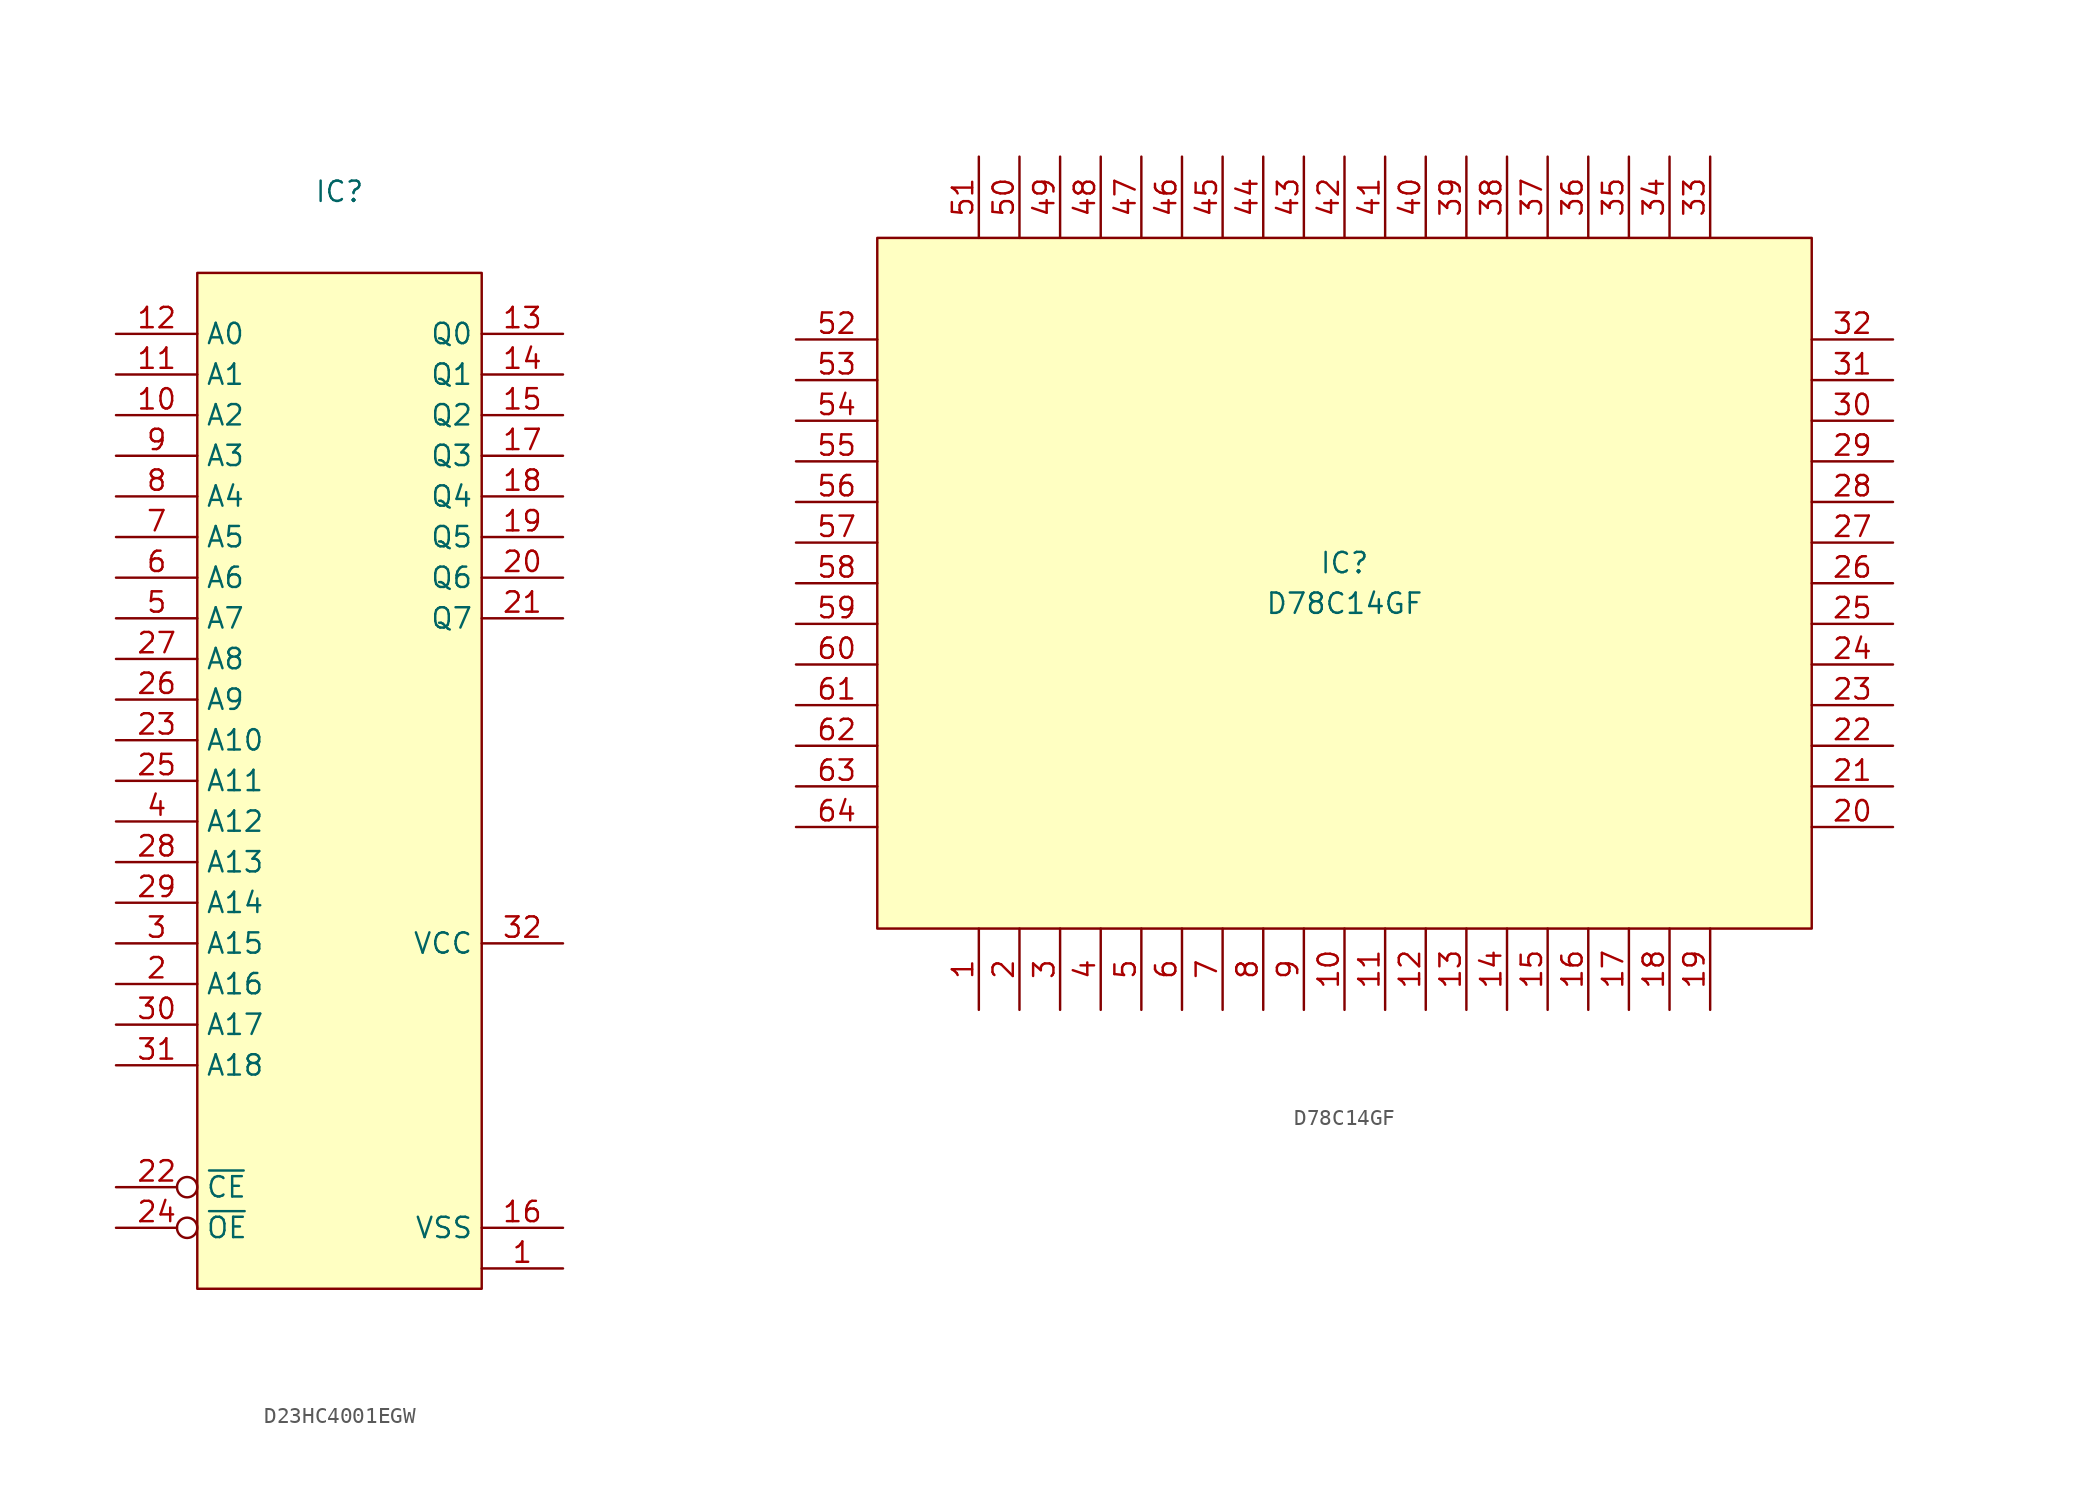
<source format=kicad_sym>
(kicad_symbol_lib
  (version 20220914)
  (generator kicad_symbol_editor)
  (symbol "D23HC4001EGW"
    (property "Reference" "IC"
      (at 0 8.89 0)
      (effects (font (size 1.27 1.27))))
    (property "Value" ""
      (at 0 0 0)
      (effects (font (size 1.27 1.27))))
    (symbol "D23HC4001EGW_1_1"
      (rectangle (start -8.89 3.81) (end 8.89 -59.69) (stroke (width 0) (type default)) (fill (type background)))
      (pin passive line (at 13.97 -58.42 180) (length 5.08) (name "" (effects (font (size 1.27 1.27)))) (number "1" (effects (font (size 1.27 1.27)))))
      (pin input line (at -13.97 -5.08 0) (length 5.08) (name "A2" (effects (font (size 1.27 1.27)))) (number "10" (effects (font (size 1.27 1.27)))))
      (pin input line (at -13.97 -2.54 0) (length 5.08) (name "A1" (effects (font (size 1.27 1.27)))) (number "11" (effects (font (size 1.27 1.27)))))
      (pin input line (at -13.97 0 0) (length 5.08) (name "A0" (effects (font (size 1.27 1.27)))) (number "12" (effects (font (size 1.27 1.27)))))
      (pin bidirectional line (at 13.97 0 180) (length 5.08) (name "Q0" (effects (font (size 1.27 1.27)))) (number "13" (effects (font (size 1.27 1.27)))))
      (pin bidirectional line (at 13.97 -2.54 180) (length 5.08) (name "Q1" (effects (font (size 1.27 1.27)))) (number "14" (effects (font (size 1.27 1.27)))))
      (pin bidirectional line (at 13.97 -5.08 180) (length 5.08) (name "Q2" (effects (font (size 1.27 1.27)))) (number "15" (effects (font (size 1.27 1.27)))))
      (pin power_in line (at 13.97 -55.88 180) (length 5.08) (name "VSS" (effects (font (size 1.27 1.27)))) (number "16" (effects (font (size 1.27 1.27)))))
      (pin bidirectional line (at 13.97 -7.62 180) (length 5.08) (name "Q3" (effects (font (size 1.27 1.27)))) (number "17" (effects (font (size 1.27 1.27)))))
      (pin bidirectional line (at 13.97 -10.16 180) (length 5.08) (name "Q4" (effects (font (size 1.27 1.27)))) (number "18" (effects (font (size 1.27 1.27)))))
      (pin bidirectional line (at 13.97 -12.7 180) (length 5.08) (name "Q5" (effects (font (size 1.27 1.27)))) (number "19" (effects (font (size 1.27 1.27)))))
      (pin input line (at -13.97 -40.64 0) (length 5.08) (name "A16" (effects (font (size 1.27 1.27)))) (number "2" (effects (font (size 1.27 1.27)))))
      (pin bidirectional line (at 13.97 -15.24 180) (length 5.08) (name "Q6" (effects (font (size 1.27 1.27)))) (number "20" (effects (font (size 1.27 1.27)))))
      (pin bidirectional line (at 13.97 -17.78 180) (length 5.08) (name "Q7" (effects (font (size 1.27 1.27)))) (number "21" (effects (font (size 1.27 1.27)))))
      (pin input inverted (at -13.97 -53.34 0) (length 5.08) (name "~{CE}" (effects (font (size 1.27 1.27)))) (number "22" (effects (font (size 1.27 1.27)))))
      (pin input line (at -13.97 -25.4 0) (length 5.08) (name "A10" (effects (font (size 1.27 1.27)))) (number "23" (effects (font (size 1.27 1.27)))))
      (pin input inverted (at -13.97 -55.88 0) (length 5.08) (name "~{OE}" (effects (font (size 1.27 1.27)))) (number "24" (effects (font (size 1.27 1.27)))))
      (pin input line (at -13.97 -27.94 0) (length 5.08) (name "A11" (effects (font (size 1.27 1.27)))) (number "25" (effects (font (size 1.27 1.27)))))
      (pin input line (at -13.97 -22.86 0) (length 5.08) (name "A9" (effects (font (size 1.27 1.27)))) (number "26" (effects (font (size 1.27 1.27)))))
      (pin input line (at -13.97 -20.32 0) (length 5.08) (name "A8" (effects (font (size 1.27 1.27)))) (number "27" (effects (font (size 1.27 1.27)))))
      (pin input line (at -13.97 -33.02 0) (length 5.08) (name "A13" (effects (font (size 1.27 1.27)))) (number "28" (effects (font (size 1.27 1.27)))))
      (pin input line (at -13.97 -35.56 0) (length 5.08) (name "A14" (effects (font (size 1.27 1.27)))) (number "29" (effects (font (size 1.27 1.27)))))
      (pin input line (at -13.97 -38.1 0) (length 5.08) (name "A15" (effects (font (size 1.27 1.27)))) (number "3" (effects (font (size 1.27 1.27)))))
      (pin input line (at -13.97 -43.18 0) (length 5.08) (name "A17" (effects (font (size 1.27 1.27)))) (number "30" (effects (font (size 1.27 1.27)))))
      (pin input line (at -13.97 -45.72 0) (length 5.08) (name "A18" (effects (font (size 1.27 1.27)))) (number "31" (effects (font (size 1.27 1.27)))))
      (pin power_in line (at 13.97 -38.1 180) (length 5.08) (name "VCC" (effects (font (size 1.27 1.27)))) (number "32" (effects (font (size 1.27 1.27)))))
      (pin input line (at -13.97 -30.48 0) (length 5.08) (name "A12" (effects (font (size 1.27 1.27)))) (number "4" (effects (font (size 1.27 1.27)))))
      (pin input line (at -13.97 -17.78 0) (length 5.08) (name "A7" (effects (font (size 1.27 1.27)))) (number "5" (effects (font (size 1.27 1.27)))))
      (pin input line (at -13.97 -15.24 0) (length 5.08) (name "A6" (effects (font (size 1.27 1.27)))) (number "6" (effects (font (size 1.27 1.27)))))
      (pin input line (at -13.97 -12.7 0) (length 5.08) (name "A5" (effects (font (size 1.27 1.27)))) (number "7" (effects (font (size 1.27 1.27)))))
      (pin input line (at -13.97 -10.16 0) (length 5.08) (name "A4" (effects (font (size 1.27 1.27)))) (number "8" (effects (font (size 1.27 1.27)))))
      (pin input line (at -13.97 -7.62 0) (length 5.08) (name "A3" (effects (font (size 1.27 1.27)))) (number "9" (effects (font (size 1.27 1.27)))))))
  (symbol "D78C14GF"
    (property "Reference" "IC"
      (at 0 1.27 0)
      (effects (font (size 1.27 1.27))))
    (property "Value" "D78C14GF"
      (at 0 -1.27 0)
      (effects (font (size 1.27 1.27))))
    (symbol "D78C14GF_1_1"
      (rectangle (start -29.21 21.59) (end 29.21 -21.59) (stroke (width 0) (type default)) (fill (type background)))
      (pin passive line (at -22.86 -26.67 90) (length 5.08) (name "" (effects (font (size 1.27 1.27)))) (number "1" (effects (font (size 1.27 1.27)))))
      (pin passive line (at 0 -26.67 90) (length 5.08) (name "" (effects (font (size 1.27 1.27)))) (number "10" (effects (font (size 1.27 1.27)))))
      (pin passive line (at 2.54 -26.67 90) (length 5.08) (name "" (effects (font (size 1.27 1.27)))) (number "11" (effects (font (size 1.27 1.27)))))
      (pin passive line (at 5.08 -26.67 90) (length 5.08) (name "" (effects (font (size 1.27 1.27)))) (number "12" (effects (font (size 1.27 1.27)))))
      (pin passive line (at 7.62 -26.67 90) (length 5.08) (name "" (effects (font (size 1.27 1.27)))) (number "13" (effects (font (size 1.27 1.27)))))
      (pin passive line (at 10.16 -26.67 90) (length 5.08) (name "" (effects (font (size 1.27 1.27)))) (number "14" (effects (font (size 1.27 1.27)))))
      (pin passive line (at 12.7 -26.67 90) (length 5.08) (name "" (effects (font (size 1.27 1.27)))) (number "15" (effects (font (size 1.27 1.27)))))
      (pin passive line (at 15.24 -26.67 90) (length 5.08) (name "" (effects (font (size 1.27 1.27)))) (number "16" (effects (font (size 1.27 1.27)))))
      (pin passive line (at 17.78 -26.67 90) (length 5.08) (name "" (effects (font (size 1.27 1.27)))) (number "17" (effects (font (size 1.27 1.27)))))
      (pin passive line (at 20.32 -26.67 90) (length 5.08) (name "" (effects (font (size 1.27 1.27)))) (number "18" (effects (font (size 1.27 1.27)))))
      (pin passive line (at 22.86 -26.67 90) (length 5.08) (name "" (effects (font (size 1.27 1.27)))) (number "19" (effects (font (size 1.27 1.27)))))
      (pin passive line (at -20.32 -26.67 90) (length 5.08) (name "" (effects (font (size 1.27 1.27)))) (number "2" (effects (font (size 1.27 1.27)))))
      (pin passive line (at 34.29 -15.24 180) (length 5.08) (name "" (effects (font (size 1.27 1.27)))) (number "20" (effects (font (size 1.27 1.27)))))
      (pin passive line (at 34.29 -12.7 180) (length 5.08) (name "" (effects (font (size 1.27 1.27)))) (number "21" (effects (font (size 1.27 1.27)))))
      (pin passive line (at 34.29 -10.16 180) (length 5.08) (name "" (effects (font (size 1.27 1.27)))) (number "22" (effects (font (size 1.27 1.27)))))
      (pin passive line (at 34.29 -7.62 180) (length 5.08) (name "" (effects (font (size 1.27 1.27)))) (number "23" (effects (font (size 1.27 1.27)))))
      (pin passive line (at 34.29 -5.08 180) (length 5.08) (name "" (effects (font (size 1.27 1.27)))) (number "24" (effects (font (size 1.27 1.27)))))
      (pin passive line (at 34.29 -2.54 180) (length 5.08) (name "" (effects (font (size 1.27 1.27)))) (number "25" (effects (font (size 1.27 1.27)))))
      (pin passive line (at 34.29 0 180) (length 5.08) (name "" (effects (font (size 1.27 1.27)))) (number "26" (effects (font (size 1.27 1.27)))))
      (pin passive line (at 34.29 2.54 180) (length 5.08) (name "" (effects (font (size 1.27 1.27)))) (number "27" (effects (font (size 1.27 1.27)))))
      (pin passive line (at 34.29 5.08 180) (length 5.08) (name "" (effects (font (size 1.27 1.27)))) (number "28" (effects (font (size 1.27 1.27)))))
      (pin passive line (at 34.29 7.62 180) (length 5.08) (name "" (effects (font (size 1.27 1.27)))) (number "29" (effects (font (size 1.27 1.27)))))
      (pin passive line (at -17.78 -26.67 90) (length 5.08) (name "" (effects (font (size 1.27 1.27)))) (number "3" (effects (font (size 1.27 1.27)))))
      (pin passive line (at 34.29 10.16 180) (length 5.08) (name "" (effects (font (size 1.27 1.27)))) (number "30" (effects (font (size 1.27 1.27)))))
      (pin passive line (at 34.29 12.7 180) (length 5.08) (name "" (effects (font (size 1.27 1.27)))) (number "31" (effects (font (size 1.27 1.27)))))
      (pin passive line (at 34.29 15.24 180) (length 5.08) (name "" (effects (font (size 1.27 1.27)))) (number "32" (effects (font (size 1.27 1.27)))))
      (pin passive line (at 22.86 26.67 270) (length 5.08) (name "" (effects (font (size 1.27 1.27)))) (number "33" (effects (font (size 1.27 1.27)))))
      (pin passive line (at 20.32 26.67 270) (length 5.08) (name "" (effects (font (size 1.27 1.27)))) (number "34" (effects (font (size 1.27 1.27)))))
      (pin passive line (at 17.78 26.67 270) (length 5.08) (name "" (effects (font (size 1.27 1.27)))) (number "35" (effects (font (size 1.27 1.27)))))
      (pin passive line (at 15.24 26.67 270) (length 5.08) (name "" (effects (font (size 1.27 1.27)))) (number "36" (effects (font (size 1.27 1.27)))))
      (pin passive line (at 12.7 26.67 270) (length 5.08) (name "" (effects (font (size 1.27 1.27)))) (number "37" (effects (font (size 1.27 1.27)))))
      (pin passive line (at 10.16 26.67 270) (length 5.08) (name "" (effects (font (size 1.27 1.27)))) (number "38" (effects (font (size 1.27 1.27)))))
      (pin passive line (at 7.62 26.67 270) (length 5.08) (name "" (effects (font (size 1.27 1.27)))) (number "39" (effects (font (size 1.27 1.27)))))
      (pin passive line (at -15.24 -26.67 90) (length 5.08) (name "" (effects (font (size 1.27 1.27)))) (number "4" (effects (font (size 1.27 1.27)))))
      (pin passive line (at 5.08 26.67 270) (length 5.08) (name "" (effects (font (size 1.27 1.27)))) (number "40" (effects (font (size 1.27 1.27)))))
      (pin passive line (at 2.54 26.67 270) (length 5.08) (name "" (effects (font (size 1.27 1.27)))) (number "41" (effects (font (size 1.27 1.27)))))
      (pin passive line (at 0 26.67 270) (length 5.08) (name "" (effects (font (size 1.27 1.27)))) (number "42" (effects (font (size 1.27 1.27)))))
      (pin passive line (at -2.54 26.67 270) (length 5.08) (name "" (effects (font (size 1.27 1.27)))) (number "43" (effects (font (size 1.27 1.27)))))
      (pin passive line (at -5.08 26.67 270) (length 5.08) (name "" (effects (font (size 1.27 1.27)))) (number "44" (effects (font (size 1.27 1.27)))))
      (pin passive line (at -7.62 26.67 270) (length 5.08) (name "" (effects (font (size 1.27 1.27)))) (number "45" (effects (font (size 1.27 1.27)))))
      (pin passive line (at -10.16 26.67 270) (length 5.08) (name "" (effects (font (size 1.27 1.27)))) (number "46" (effects (font (size 1.27 1.27)))))
      (pin passive line (at -12.7 26.67 270) (length 5.08) (name "" (effects (font (size 1.27 1.27)))) (number "47" (effects (font (size 1.27 1.27)))))
      (pin passive line (at -15.24 26.67 270) (length 5.08) (name "" (effects (font (size 1.27 1.27)))) (number "48" (effects (font (size 1.27 1.27)))))
      (pin passive line (at -17.78 26.67 270) (length 5.08) (name "" (effects (font (size 1.27 1.27)))) (number "49" (effects (font (size 1.27 1.27)))))
      (pin passive line (at -12.7 -26.67 90) (length 5.08) (name "" (effects (font (size 1.27 1.27)))) (number "5" (effects (font (size 1.27 1.27)))))
      (pin passive line (at -20.32 26.67 270) (length 5.08) (name "" (effects (font (size 1.27 1.27)))) (number "50" (effects (font (size 1.27 1.27)))))
      (pin passive line (at -22.86 26.67 270) (length 5.08) (name "" (effects (font (size 1.27 1.27)))) (number "51" (effects (font (size 1.27 1.27)))))
      (pin passive line (at -34.29 15.24 0) (length 5.08) (name "" (effects (font (size 1.27 1.27)))) (number "52" (effects (font (size 1.27 1.27)))))
      (pin passive line (at -34.29 12.7 0) (length 5.08) (name "" (effects (font (size 1.27 1.27)))) (number "53" (effects (font (size 1.27 1.27)))))
      (pin passive line (at -34.29 10.16 0) (length 5.08) (name "" (effects (font (size 1.27 1.27)))) (number "54" (effects (font (size 1.27 1.27)))))
      (pin passive line (at -34.29 7.62 0) (length 5.08) (name "" (effects (font (size 1.27 1.27)))) (number "55" (effects (font (size 1.27 1.27)))))
      (pin passive line (at -34.29 5.08 0) (length 5.08) (name "" (effects (font (size 1.27 1.27)))) (number "56" (effects (font (size 1.27 1.27)))))
      (pin passive line (at -34.29 2.54 0) (length 5.08) (name "" (effects (font (size 1.27 1.27)))) (number "57" (effects (font (size 1.27 1.27)))))
      (pin passive line (at -34.29 0 0) (length 5.08) (name "" (effects (font (size 1.27 1.27)))) (number "58" (effects (font (size 1.27 1.27)))))
      (pin passive line (at -34.29 -2.54 0) (length 5.08) (name "" (effects (font (size 1.27 1.27)))) (number "59" (effects (font (size 1.27 1.27)))))
      (pin passive line (at -10.16 -26.67 90) (length 5.08) (name "" (effects (font (size 1.27 1.27)))) (number "6" (effects (font (size 1.27 1.27)))))
      (pin passive line (at -34.29 -5.08 0) (length 5.08) (name "" (effects (font (size 1.27 1.27)))) (number "60" (effects (font (size 1.27 1.27)))))
      (pin passive line (at -34.29 -7.62 0) (length 5.08) (name "" (effects (font (size 1.27 1.27)))) (number "61" (effects (font (size 1.27 1.27)))))
      (pin passive line (at -34.29 -10.16 0) (length 5.08) (name "" (effects (font (size 1.27 1.27)))) (number "62" (effects (font (size 1.27 1.27)))))
      (pin passive line (at -34.29 -12.7 0) (length 5.08) (name "" (effects (font (size 1.27 1.27)))) (number "63" (effects (font (size 1.27 1.27)))))
      (pin passive line (at -34.29 -15.24 0) (length 5.08) (name "" (effects (font (size 1.27 1.27)))) (number "64" (effects (font (size 1.27 1.27)))))
      (pin passive line (at -7.62 -26.67 90) (length 5.08) (name "" (effects (font (size 1.27 1.27)))) (number "7" (effects (font (size 1.27 1.27)))))
      (pin passive line (at -5.08 -26.67 90) (length 5.08) (name "" (effects (font (size 1.27 1.27)))) (number "8" (effects (font (size 1.27 1.27)))))
      (pin passive line (at -2.54 -26.67 90) (length 5.08) (name "" (effects (font (size 1.27 1.27)))) (number "9" (effects (font (size 1.27 1.27))))))))
</source>
